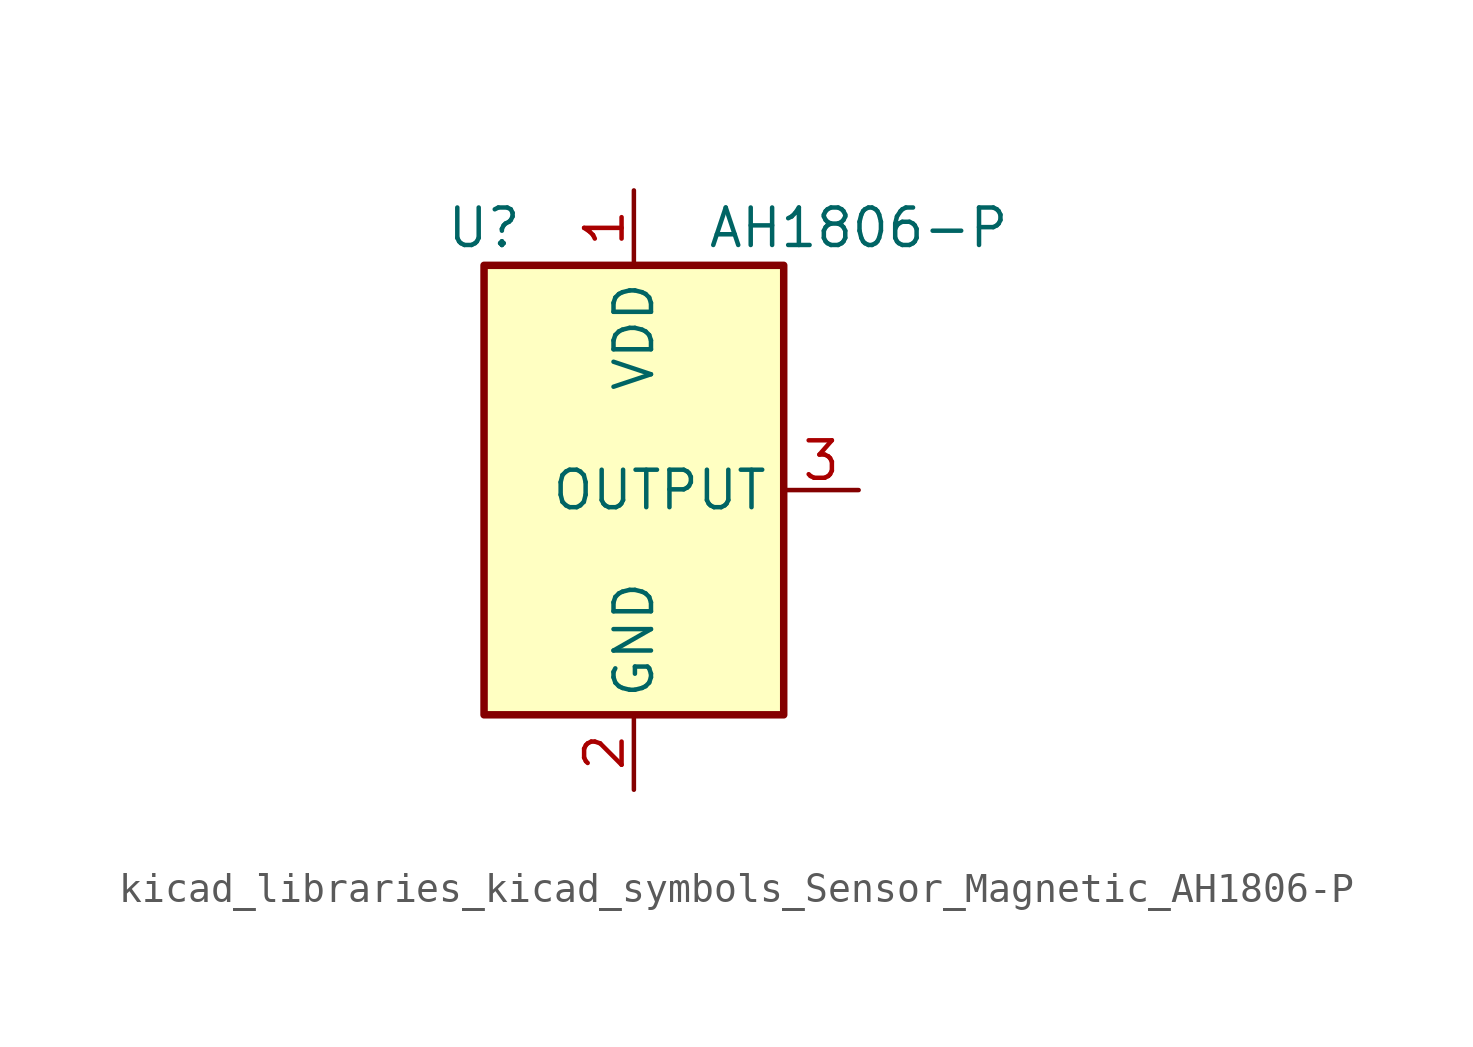
<source format=kicad_sym>
(kicad_symbol_lib
  (version 20220914)
  (generator kicad_symbol_editor)
  (symbol "kicad_libraries_kicad_symbols_Sensor_Magnetic_AH1806-P"
    (property "Reference" "U"
      (at -5.08 8.89 0)
      (effects (font (size 1.27 1.27))))
    (property "Value" "AH1806-P"
      (at 7.62 8.89 0)
      (effects (font (size 1.27 1.27))))
    (symbol "kicad_libraries_kicad_symbols_Sensor_Magnetic_AH1806-P_0_1"
      (rectangle (start 5.08 7.62) (end -5.08 -7.62) (stroke (width 0.254) (type default)) (fill (type background))))
    (symbol "kicad_libraries_kicad_symbols_Sensor_Magnetic_AH1806-P_1_1"
      (pin power_in line (at 0 10.16 270) (length 2.54) (name "VDD" (effects (font (size 1.27 1.27)))) (number "1" (effects (font (size 1.27 1.27)))))
      (pin power_in line (at 0 -10.16 90) (length 2.54) (name "GND" (effects (font (size 1.27 1.27)))) (number "2" (effects (font (size 1.27 1.27)))))
      (pin open_collector line (at 7.62 0 180) (length 2.54) (name "OUTPUT" (effects (font (size 1.27 1.27)))) (number "3" (effects (font (size 1.27 1.27))))))))
</source>
